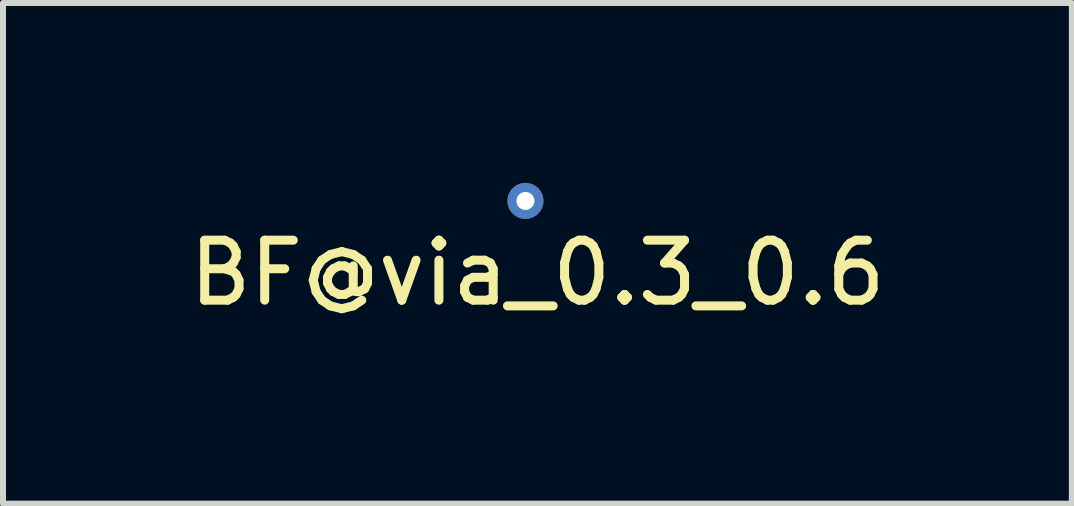
<source format=kicad_pcb>
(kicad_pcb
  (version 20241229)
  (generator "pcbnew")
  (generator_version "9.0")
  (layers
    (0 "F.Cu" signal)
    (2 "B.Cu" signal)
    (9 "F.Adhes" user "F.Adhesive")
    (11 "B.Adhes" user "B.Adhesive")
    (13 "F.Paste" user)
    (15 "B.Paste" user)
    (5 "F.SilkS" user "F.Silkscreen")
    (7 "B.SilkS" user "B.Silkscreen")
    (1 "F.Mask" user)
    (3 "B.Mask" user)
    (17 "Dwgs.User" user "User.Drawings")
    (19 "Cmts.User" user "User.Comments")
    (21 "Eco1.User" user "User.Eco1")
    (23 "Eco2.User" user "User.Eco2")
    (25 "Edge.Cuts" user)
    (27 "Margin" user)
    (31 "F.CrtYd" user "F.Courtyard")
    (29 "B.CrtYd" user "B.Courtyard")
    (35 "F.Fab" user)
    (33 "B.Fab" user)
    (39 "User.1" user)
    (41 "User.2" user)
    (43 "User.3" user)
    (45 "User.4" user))
  (footprint "BF@via_0.3_0.6"
    (layer "F.Cu")
    (at 5.711 0.3)
    (property "Reference" "BF@via_0.3_0.6" (at 0.2 1.2 0) (layer "F.SilkS") (effects (font (size 1 1) (thickness 0.15))))
    (attr through_hole)
    (pad "1" thru_hole circle (at 0 0) (size 0.6 0.6) (drill 0.3) (layers "*.Cu")))
  (gr_rect
    (start -3 -3)
    (end 14.821 5.348)
    (stroke (width 0.1) (type default))
    (fill no)
    (layer "Edge.Cuts")))
</source>
